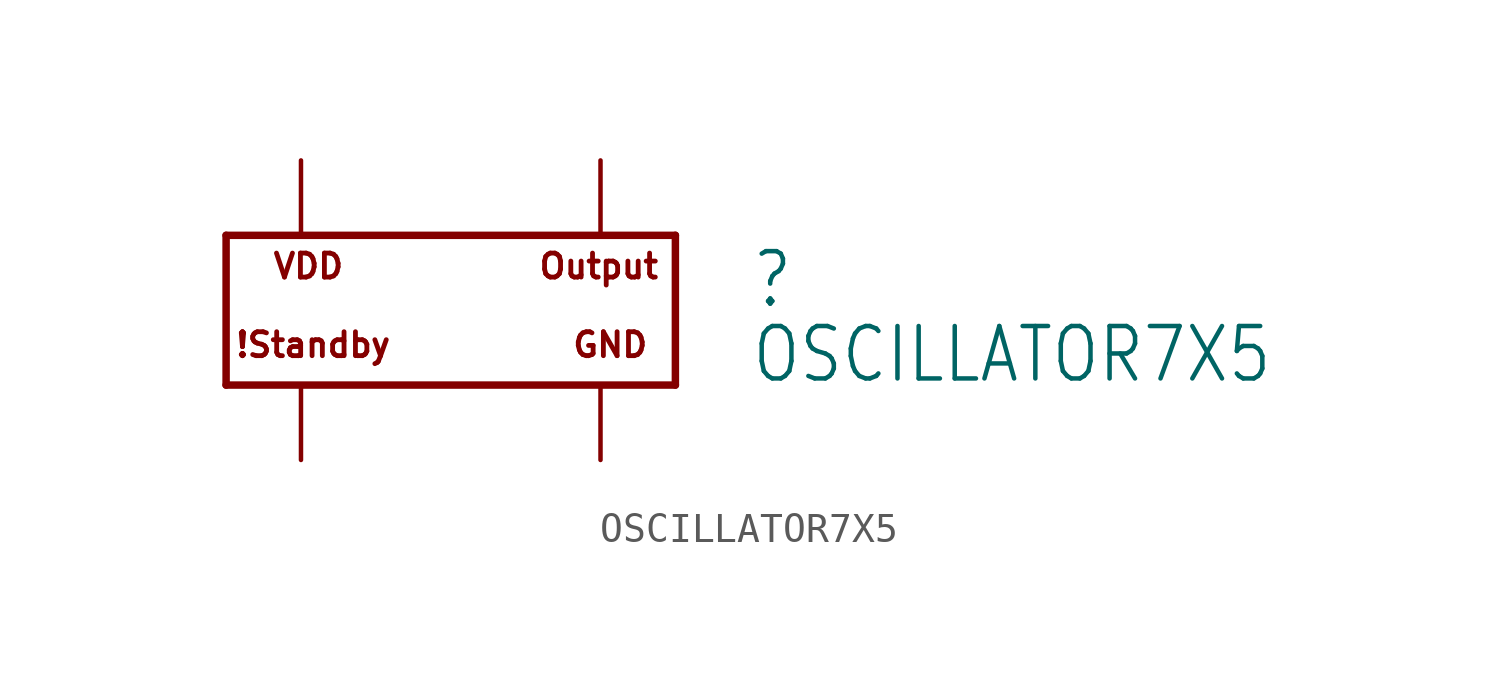
<source format=kicad_sym>
(kicad_symbol_lib
  (version 20211014)
  (generator kicad_symbol_editor)
  (symbol "OSCILLATOR7X5"
    (property "Reference" ""
      (at 10.16 0 0)
      (effects (font (size 1.778 1.511)) (justify left bottom)))
    (property "Value" "OSCILLATOR7X5"
      (at 10.16 -2.54 0)
      (effects (font (size 1.778 1.511)) (justify left bottom)))
    (property "ki_locked" ""
      (at 0 0 0)
      (effects (font (size 1.27 1.27))))
    (symbol "OSCILLATOR7X5_1_0"
      (polyline (pts (xy -7.62 -2.54) (xy -7.62 2.54)) (stroke (width 0.254) (type default) (color 0 0 0 0)) (fill (type none)))
      (polyline (pts (xy -7.62 2.54) (xy 7.62 2.54)) (stroke (width 0.254) (type default) (color 0 0 0 0)) (fill (type none)))
      (polyline (pts (xy 7.62 -2.54) (xy -7.62 -2.54)) (stroke (width 0.254) (type default) (color 0 0 0 0)) (fill (type none)))
      (polyline (pts (xy 7.62 2.54) (xy 7.62 -2.54)) (stroke (width 0.254) (type default) (color 0 0 0 0)) (fill (type none)))
      (text "!Standby" (at -7.366 -1.651 0) (effects (font (size 0.813 0.813) (thickness 0.163) bold) (justify left bottom)))
      (text "GND" (at 4.064 -1.651 0) (effects (font (size 0.813 0.813) (thickness 0.163) bold) (justify left bottom)))
      (text "Output" (at 2.921 1.016 0) (effects (font (size 0.813 0.813) (thickness 0.163) bold) (justify left bottom)))
      (text "VDD" (at -6.096 1.016 0) (effects (font (size 0.813 0.813) (thickness 0.163) bold) (justify left bottom)))
      (pin passive line (at -5.08 -5.08 90) (length 2.54) (name "STANDBY#" (effects (font (size 0 0)))) (number "P$1" (effects (font (size 0 0)))))
      (pin passive line (at 5.08 -5.08 90) (length 2.54) (name "GND" (effects (font (size 0 0)))) (number "P$2" (effects (font (size 0 0)))))
      (pin passive line (at 5.08 5.08 270) (length 2.54) (name "OUTPUT" (effects (font (size 0 0)))) (number "P$3" (effects (font (size 0 0)))))
      (pin passive line (at -5.08 5.08 270) (length 2.54) (name "VDD" (effects (font (size 0 0)))) (number "P$4" (effects (font (size 0 0))))))))
</source>
